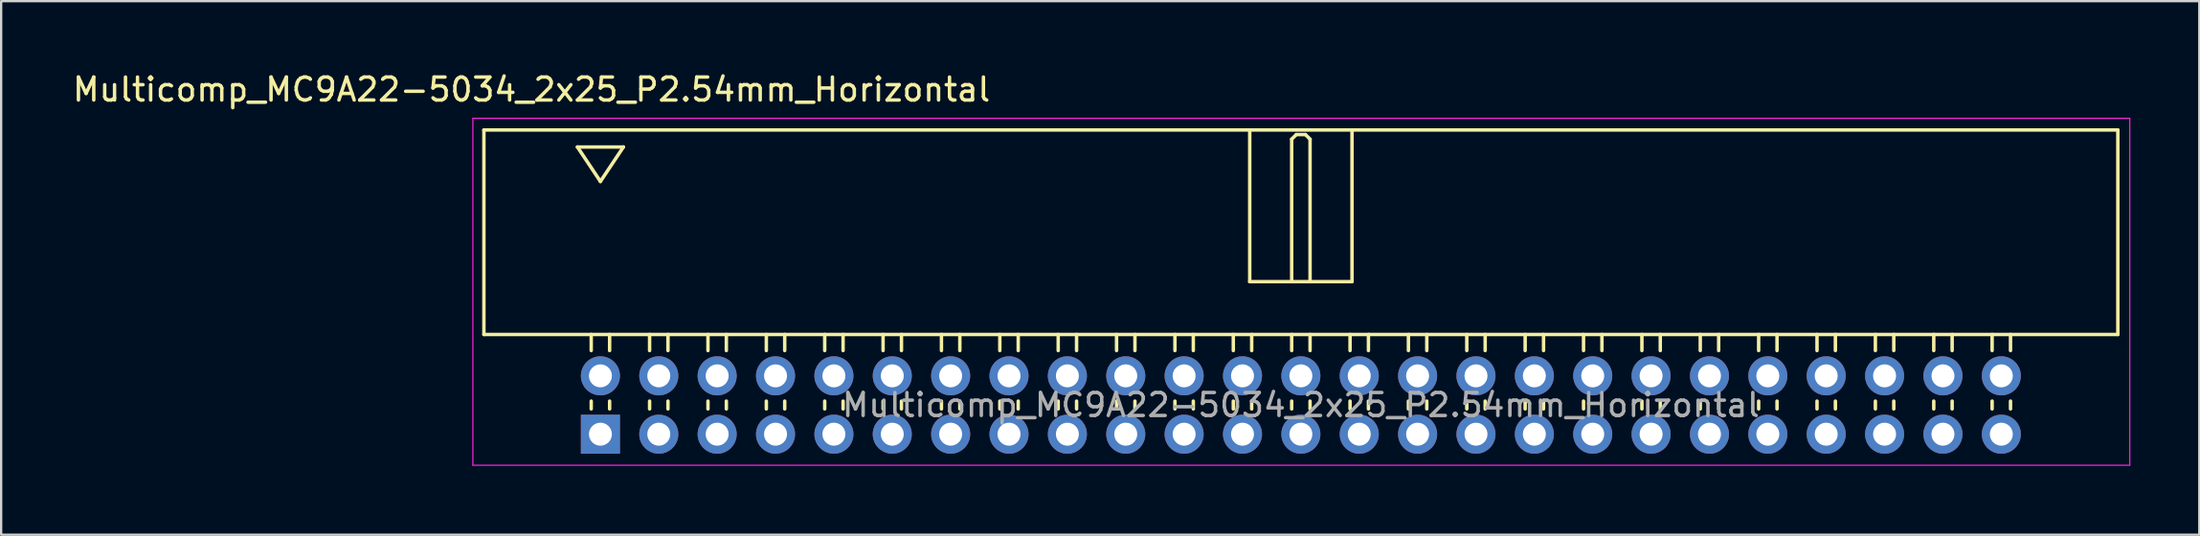
<source format=kicad_pcb>
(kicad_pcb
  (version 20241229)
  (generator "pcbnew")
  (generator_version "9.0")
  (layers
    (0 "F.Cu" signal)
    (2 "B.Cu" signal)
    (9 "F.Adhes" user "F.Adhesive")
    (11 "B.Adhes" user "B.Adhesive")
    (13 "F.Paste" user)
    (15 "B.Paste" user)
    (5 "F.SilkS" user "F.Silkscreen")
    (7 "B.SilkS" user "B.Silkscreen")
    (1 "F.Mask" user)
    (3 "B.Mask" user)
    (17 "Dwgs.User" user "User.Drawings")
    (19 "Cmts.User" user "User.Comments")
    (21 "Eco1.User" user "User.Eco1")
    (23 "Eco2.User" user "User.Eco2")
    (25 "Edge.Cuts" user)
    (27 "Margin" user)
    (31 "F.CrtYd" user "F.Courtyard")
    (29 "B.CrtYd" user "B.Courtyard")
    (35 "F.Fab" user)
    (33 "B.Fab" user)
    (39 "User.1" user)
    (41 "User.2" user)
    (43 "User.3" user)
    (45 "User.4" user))
  (footprint "Multicomp_MC9A22-5034_2x25_P2.54mm_Horizontal"
    (layer "F.Cu")
    (at 23.077 15.848)
    (property "Reference" "Multicomp_MC9A22-5034_2x25_P2.54mm_Horizontal" (at -3 -15 0) (layer "F.SilkS") (effects (font (size 1 1) (thickness 0.15))))
    (attr through_hole)
    (fp_line (start -5.07 -13.24) (end 66.03 -13.24) (stroke (width 0.15) (type solid)) (layer "F.SilkS"))
    (fp_line (start -5.07 -4.34) (end -5.07 -13.24) (stroke (width 0.15) (type solid)) (layer "F.SilkS"))
    (fp_line (start -1 -12.5) (end 1 -12.5) (stroke (width 0.15) (type solid)) (layer "F.SilkS"))
    (fp_line (start -0.4 -3.64) (end -0.4 -4.34) (stroke (width 0.15) (type solid)) (layer "F.SilkS"))
    (fp_line (start -0.4 -1.1) (end -0.4 -1.44) (stroke (width 0.15) (type solid)) (layer "F.SilkS"))
    (fp_line (start 0 -11) (end -1 -12.5) (stroke (width 0.15) (type solid)) (layer "F.SilkS"))
    (fp_line (start 0.4 -3.64) (end 0.4 -4.34) (stroke (width 0.15) (type solid)) (layer "F.SilkS"))
    (fp_line (start 0.4 -1.1) (end 0.4 -1.44) (stroke (width 0.15) (type solid)) (layer "F.SilkS"))
    (fp_line (start 1 -12.5) (end 0 -11) (stroke (width 0.15) (type solid)) (layer "F.SilkS"))
    (fp_line (start 2.14 -3.64) (end 2.14 -4.34) (stroke (width 0.15) (type solid)) (layer "F.SilkS"))
    (fp_line (start 2.14 -1.1) (end 2.14 -1.44) (stroke (width 0.15) (type solid)) (layer "F.SilkS"))
    (fp_line (start 2.94 -3.64) (end 2.94 -4.34) (stroke (width 0.15) (type solid)) (layer "F.SilkS"))
    (fp_line (start 2.94 -1.1) (end 2.94 -1.44) (stroke (width 0.15) (type solid)) (layer "F.SilkS"))
    (fp_line (start 4.68 -3.64) (end 4.68 -4.34) (stroke (width 0.15) (type solid)) (layer "F.SilkS"))
    (fp_line (start 4.68 -1.1) (end 4.68 -1.44) (stroke (width 0.15) (type solid)) (layer "F.SilkS"))
    (fp_line (start 5.48 -3.64) (end 5.48 -4.34) (stroke (width 0.15) (type solid)) (layer "F.SilkS"))
    (fp_line (start 5.48 -1.1) (end 5.48 -1.44) (stroke (width 0.15) (type solid)) (layer "F.SilkS"))
    (fp_line (start 7.22 -3.64) (end 7.22 -4.34) (stroke (width 0.15) (type solid)) (layer "F.SilkS"))
    (fp_line (start 7.22 -1.1) (end 7.22 -1.44) (stroke (width 0.15) (type solid)) (layer "F.SilkS"))
    (fp_line (start 8.02 -3.64) (end 8.02 -4.34) (stroke (width 0.15) (type solid)) (layer "F.SilkS"))
    (fp_line (start 8.02 -1.1) (end 8.02 -1.44) (stroke (width 0.15) (type solid)) (layer "F.SilkS"))
    (fp_line (start 9.76 -3.64) (end 9.76 -4.34) (stroke (width 0.15) (type solid)) (layer "F.SilkS"))
    (fp_line (start 9.76 -1.1) (end 9.76 -1.44) (stroke (width 0.15) (type solid)) (layer "F.SilkS"))
    (fp_line (start 10.56 -3.64) (end 10.56 -4.34) (stroke (width 0.15) (type solid)) (layer "F.SilkS"))
    (fp_line (start 10.56 -1.1) (end 10.56 -1.44) (stroke (width 0.15) (type solid)) (layer "F.SilkS"))
    (fp_line (start 12.3 -3.64) (end 12.3 -4.34) (stroke (width 0.15) (type solid)) (layer "F.SilkS"))
    (fp_line (start 12.3 -1.1) (end 12.3 -1.44) (stroke (width 0.15) (type solid)) (layer "F.SilkS"))
    (fp_line (start 13.1 -3.64) (end 13.1 -4.34) (stroke (width 0.15) (type solid)) (layer "F.SilkS"))
    (fp_line (start 13.1 -1.1) (end 13.1 -1.44) (stroke (width 0.15) (type solid)) (layer "F.SilkS"))
    (fp_line (start 14.84 -3.64) (end 14.84 -4.34) (stroke (width 0.15) (type solid)) (layer "F.SilkS"))
    (fp_line (start 14.84 -1.1) (end 14.84 -1.44) (stroke (width 0.15) (type solid)) (layer "F.SilkS"))
    (fp_line (start 15.64 -3.64) (end 15.64 -4.34) (stroke (width 0.15) (type solid)) (layer "F.SilkS"))
    (fp_line (start 15.64 -1.1) (end 15.64 -1.44) (stroke (width 0.15) (type solid)) (layer "F.SilkS"))
    (fp_line (start 17.38 -3.64) (end 17.38 -4.34) (stroke (width 0.15) (type solid)) (layer "F.SilkS"))
    (fp_line (start 17.38 -1.1) (end 17.38 -1.44) (stroke (width 0.15) (type solid)) (layer "F.SilkS"))
    (fp_line (start 18.18 -3.64) (end 18.18 -4.34) (stroke (width 0.15) (type solid)) (layer "F.SilkS"))
    (fp_line (start 18.18 -1.1) (end 18.18 -1.44) (stroke (width 0.15) (type solid)) (layer "F.SilkS"))
    (fp_line (start 19.92 -3.64) (end 19.92 -4.34) (stroke (width 0.15) (type solid)) (layer "F.SilkS"))
    (fp_line (start 19.92 -1.1) (end 19.92 -1.44) (stroke (width 0.15) (type solid)) (layer "F.SilkS"))
    (fp_line (start 20.72 -3.64) (end 20.72 -4.34) (stroke (width 0.15) (type solid)) (layer "F.SilkS"))
    (fp_line (start 20.72 -1.1) (end 20.72 -1.44) (stroke (width 0.15) (type solid)) (layer "F.SilkS"))
    (fp_line (start 22.46 -3.64) (end 22.46 -4.34) (stroke (width 0.15) (type solid)) (layer "F.SilkS"))
    (fp_line (start 22.46 -1.1) (end 22.46 -1.44) (stroke (width 0.15) (type solid)) (layer "F.SilkS"))
    (fp_line (start 23.26 -3.64) (end 23.26 -4.34) (stroke (width 0.15) (type solid)) (layer "F.SilkS"))
    (fp_line (start 23.26 -1.1) (end 23.26 -1.44) (stroke (width 0.15) (type solid)) (layer "F.SilkS"))
    (fp_line (start 25 -3.64) (end 25 -4.34) (stroke (width 0.15) (type solid)) (layer "F.SilkS"))
    (fp_line (start 25 -1.1) (end 25 -1.44) (stroke (width 0.15) (type solid)) (layer "F.SilkS"))
    (fp_line (start 25.8 -3.64) (end 25.8 -4.34) (stroke (width 0.15) (type solid)) (layer "F.SilkS"))
    (fp_line (start 25.8 -1.1) (end 25.8 -1.44) (stroke (width 0.15) (type solid)) (layer "F.SilkS"))
    (fp_line (start 27.54 -3.64) (end 27.54 -4.34) (stroke (width 0.15) (type solid)) (layer "F.SilkS"))
    (fp_line (start 27.54 -1.1) (end 27.54 -1.44) (stroke (width 0.15) (type solid)) (layer "F.SilkS"))
    (fp_line (start 28.255 -13.24) (end 28.255 -6.64) (stroke (width 0.15) (type solid)) (layer "F.SilkS"))
    (fp_line (start 28.255 -6.64) (end 32.705 -6.64) (stroke (width 0.15) (type solid)) (layer "F.SilkS"))
    (fp_line (start 28.34 -3.64) (end 28.34 -4.34) (stroke (width 0.15) (type solid)) (layer "F.SilkS"))
    (fp_line (start 28.34 -1.1) (end 28.34 -1.44) (stroke (width 0.15) (type solid)) (layer "F.SilkS"))
    (fp_line (start 30.08 -12.84) (end 30.28 -13.04) (stroke (width 0.15) (type solid)) (layer "F.SilkS"))
    (fp_line (start 30.08 -6.64) (end 30.08 -12.84) (stroke (width 0.15) (type solid)) (layer "F.SilkS"))
    (fp_line (start 30.08 -3.64) (end 30.08 -4.34) (stroke (width 0.15) (type solid)) (layer "F.SilkS"))
    (fp_line (start 30.08 -1.1) (end 30.08 -1.44) (stroke (width 0.15) (type solid)) (layer "F.SilkS"))
    (fp_line (start 30.28 -13.04) (end 30.68 -13.04) (stroke (width 0.15) (type solid)) (layer "F.SilkS"))
    (fp_line (start 30.68 -13.04) (end 30.88 -12.84) (stroke (width 0.15) (type solid)) (layer "F.SilkS"))
    (fp_line (start 30.88 -12.84) (end 30.88 -6.64) (stroke (width 0.15) (type solid)) (layer "F.SilkS"))
    (fp_line (start 30.88 -3.64) (end 30.88 -4.34) (stroke (width 0.15) (type solid)) (layer "F.SilkS"))
    (fp_line (start 30.88 -1.1) (end 30.88 -1.44) (stroke (width 0.15) (type solid)) (layer "F.SilkS"))
    (fp_line (start 32.62 -3.64) (end 32.62 -4.34) (stroke (width 0.15) (type solid)) (layer "F.SilkS"))
    (fp_line (start 32.62 -1.1) (end 32.62 -1.44) (stroke (width 0.15) (type solid)) (layer "F.SilkS"))
    (fp_line (start 32.705 -6.64) (end 32.705 -13.24) (stroke (width 0.15) (type solid)) (layer "F.SilkS"))
    (fp_line (start 33.42 -3.64) (end 33.42 -4.34) (stroke (width 0.15) (type solid)) (layer "F.SilkS"))
    (fp_line (start 33.42 -1.1) (end 33.42 -1.44) (stroke (width 0.15) (type solid)) (layer "F.SilkS"))
    (fp_line (start 35.16 -3.64) (end 35.16 -4.34) (stroke (width 0.15) (type solid)) (layer "F.SilkS"))
    (fp_line (start 35.16 -1.1) (end 35.16 -1.44) (stroke (width 0.15) (type solid)) (layer "F.SilkS"))
    (fp_line (start 35.96 -3.64) (end 35.96 -4.34) (stroke (width 0.15) (type solid)) (layer "F.SilkS"))
    (fp_line (start 35.96 -1.1) (end 35.96 -1.44) (stroke (width 0.15) (type solid)) (layer "F.SilkS"))
    (fp_line (start 37.7 -3.64) (end 37.7 -4.34) (stroke (width 0.15) (type solid)) (layer "F.SilkS"))
    (fp_line (start 37.7 -1.1) (end 37.7 -1.44) (stroke (width 0.15) (type solid)) (layer "F.SilkS"))
    (fp_line (start 38.5 -3.64) (end 38.5 -4.34) (stroke (width 0.15) (type solid)) (layer "F.SilkS"))
    (fp_line (start 38.5 -1.1) (end 38.5 -1.44) (stroke (width 0.15) (type solid)) (layer "F.SilkS"))
    (fp_line (start 40.24 -3.64) (end 40.24 -4.34) (stroke (width 0.15) (type solid)) (layer "F.SilkS"))
    (fp_line (start 40.24 -1.1) (end 40.24 -1.44) (stroke (width 0.15) (type solid)) (layer "F.SilkS"))
    (fp_line (start 41.04 -3.64) (end 41.04 -4.34) (stroke (width 0.15) (type solid)) (layer "F.SilkS"))
    (fp_line (start 41.04 -1.1) (end 41.04 -1.44) (stroke (width 0.15) (type solid)) (layer "F.SilkS"))
    (fp_line (start 42.78 -3.64) (end 42.78 -4.34) (stroke (width 0.15) (type solid)) (layer "F.SilkS"))
    (fp_line (start 42.78 -1.1) (end 42.78 -1.44) (stroke (width 0.15) (type solid)) (layer "F.SilkS"))
    (fp_line (start 43.58 -3.64) (end 43.58 -4.34) (stroke (width 0.15) (type solid)) (layer "F.SilkS"))
    (fp_line (start 43.58 -1.1) (end 43.58 -1.44) (stroke (width 0.15) (type solid)) (layer "F.SilkS"))
    (fp_line (start 45.32 -3.64) (end 45.32 -4.34) (stroke (width 0.15) (type solid)) (layer "F.SilkS"))
    (fp_line (start 45.32 -1.1) (end 45.32 -1.44) (stroke (width 0.15) (type solid)) (layer "F.SilkS"))
    (fp_line (start 46.12 -3.64) (end 46.12 -4.34) (stroke (width 0.15) (type solid)) (layer "F.SilkS"))
    (fp_line (start 46.12 -1.1) (end 46.12 -1.44) (stroke (width 0.15) (type solid)) (layer "F.SilkS"))
    (fp_line (start 47.86 -3.64) (end 47.86 -4.34) (stroke (width 0.15) (type solid)) (layer "F.SilkS"))
    (fp_line (start 47.86 -1.1) (end 47.86 -1.44) (stroke (width 0.15) (type solid)) (layer "F.SilkS"))
    (fp_line (start 48.66 -3.64) (end 48.66 -4.34) (stroke (width 0.15) (type solid)) (layer "F.SilkS"))
    (fp_line (start 48.66 -1.1) (end 48.66 -1.44) (stroke (width 0.15) (type solid)) (layer "F.SilkS"))
    (fp_line (start 50.4 -3.64) (end 50.4 -4.34) (stroke (width 0.15) (type solid)) (layer "F.SilkS"))
    (fp_line (start 50.4 -1.1) (end 50.4 -1.44) (stroke (width 0.15) (type solid)) (layer "F.SilkS"))
    (fp_line (start 51.2 -3.64) (end 51.2 -4.34) (stroke (width 0.15) (type solid)) (layer "F.SilkS"))
    (fp_line (start 51.2 -1.1) (end 51.2 -1.44) (stroke (width 0.15) (type solid)) (layer "F.SilkS"))
    (fp_line (start 52.94 -3.64) (end 52.94 -4.34) (stroke (width 0.15) (type solid)) (layer "F.SilkS"))
    (fp_line (start 52.94 -1.1) (end 52.94 -1.44) (stroke (width 0.15) (type solid)) (layer "F.SilkS"))
    (fp_line (start 53.74 -3.64) (end 53.74 -4.34) (stroke (width 0.15) (type solid)) (layer "F.SilkS"))
    (fp_line (start 53.74 -1.1) (end 53.74 -1.44) (stroke (width 0.15) (type solid)) (layer "F.SilkS"))
    (fp_line (start 55.48 -3.64) (end 55.48 -4.34) (stroke (width 0.15) (type solid)) (layer "F.SilkS"))
    (fp_line (start 55.48 -1.1) (end 55.48 -1.44) (stroke (width 0.15) (type solid)) (layer "F.SilkS"))
    (fp_line (start 56.28 -3.64) (end 56.28 -4.34) (stroke (width 0.15) (type solid)) (layer "F.SilkS"))
    (fp_line (start 56.28 -1.1) (end 56.28 -1.44) (stroke (width 0.15) (type solid)) (layer "F.SilkS"))
    (fp_line (start 58.02 -3.64) (end 58.02 -4.34) (stroke (width 0.15) (type solid)) (layer "F.SilkS"))
    (fp_line (start 58.02 -1.1) (end 58.02 -1.44) (stroke (width 0.15) (type solid)) (layer "F.SilkS"))
    (fp_line (start 58.82 -3.64) (end 58.82 -4.34) (stroke (width 0.15) (type solid)) (layer "F.SilkS"))
    (fp_line (start 58.82 -1.1) (end 58.82 -1.44) (stroke (width 0.15) (type solid)) (layer "F.SilkS"))
    (fp_line (start 60.56 -3.64) (end 60.56 -4.34) (stroke (width 0.15) (type solid)) (layer "F.SilkS"))
    (fp_line (start 60.56 -1.1) (end 60.56 -1.44) (stroke (width 0.15) (type solid)) (layer "F.SilkS"))
    (fp_line (start 61.36 -3.64) (end 61.36 -4.34) (stroke (width 0.15) (type solid)) (layer "F.SilkS"))
    (fp_line (start 61.36 -1.1) (end 61.36 -1.44) (stroke (width 0.15) (type solid)) (layer "F.SilkS"))
    (fp_line (start 66.03 -13.24) (end 66.03 -4.34) (stroke (width 0.15) (type solid)) (layer "F.SilkS"))
    (fp_line (start 66.03 -4.34) (end -5.07 -4.34) (stroke (width 0.15) (type solid)) (layer "F.SilkS"))
    (fp_line (start -5.55 -13.75) (end 66.55 -13.75) (stroke (width 0.05) (type solid)) (layer "F.CrtYd"))
    (fp_line (start -5.55 1.35) (end -5.55 -13.75) (stroke (width 0.05) (type solid)) (layer "F.CrtYd"))
    (fp_line (start 66.55 -13.75) (end 66.55 1.35) (stroke (width 0.05) (type solid)) (layer "F.CrtYd"))
    (fp_line (start 66.55 1.35) (end -5.55 1.35) (stroke (width 0.05) (type solid)) (layer "F.CrtYd"))
    (fp_text user "${REFERENCE}" (at 30.48 -1.27 0) (layer "F.Fab") (effects (font (size 1 1) (thickness 0.15))))
    (pad "1" thru_hole rect (at 0 0) (size 1.7 1.7) (drill 1) (layers "*.Cu" "*.Mask"))
    (pad "2" thru_hole circle (at 0 -2.54) (size 1.7 1.7) (drill 1) (layers "*.Cu" "*.Mask"))
    (pad "3" thru_hole circle (at 2.54 0) (size 1.7 1.7) (drill 1) (layers "*.Cu" "*.Mask"))
    (pad "4" thru_hole circle (at 2.54 -2.54) (size 1.7 1.7) (drill 1) (layers "*.Cu" "*.Mask"))
    (pad "5" thru_hole circle (at 5.08 0) (size 1.7 1.7) (drill 1) (layers "*.Cu" "*.Mask"))
    (pad "6" thru_hole circle (at 5.08 -2.54) (size 1.7 1.7) (drill 1) (layers "*.Cu" "*.Mask"))
    (pad "7" thru_hole circle (at 7.62 0) (size 1.7 1.7) (drill 1) (layers "*.Cu" "*.Mask"))
    (pad "8" thru_hole circle (at 7.62 -2.54) (size 1.7 1.7) (drill 1) (layers "*.Cu" "*.Mask"))
    (pad "9" thru_hole circle (at 10.16 0) (size 1.7 1.7) (drill 1) (layers "*.Cu" "*.Mask"))
    (pad "10" thru_hole circle (at 10.16 -2.54) (size 1.7 1.7) (drill 1) (layers "*.Cu" "*.Mask"))
    (pad "11" thru_hole circle (at 12.7 0) (size 1.7 1.7) (drill 1) (layers "*.Cu" "*.Mask"))
    (pad "12" thru_hole circle (at 12.7 -2.54) (size 1.7 1.7) (drill 1) (layers "*.Cu" "*.Mask"))
    (pad "13" thru_hole circle (at 15.24 0) (size 1.7 1.7) (drill 1) (layers "*.Cu" "*.Mask"))
    (pad "14" thru_hole circle (at 15.24 -2.54) (size 1.7 1.7) (drill 1) (layers "*.Cu" "*.Mask"))
    (pad "15" thru_hole circle (at 17.78 0) (size 1.7 1.7) (drill 1) (layers "*.Cu" "*.Mask"))
    (pad "16" thru_hole circle (at 17.78 -2.54) (size 1.7 1.7) (drill 1) (layers "*.Cu" "*.Mask"))
    (pad "17" thru_hole circle (at 20.32 0) (size 1.7 1.7) (drill 1) (layers "*.Cu" "*.Mask"))
    (pad "18" thru_hole circle (at 20.32 -2.54) (size 1.7 1.7) (drill 1) (layers "*.Cu" "*.Mask"))
    (pad "19" thru_hole circle (at 22.86 0) (size 1.7 1.7) (drill 1) (layers "*.Cu" "*.Mask"))
    (pad "20" thru_hole circle (at 22.86 -2.54) (size 1.7 1.7) (drill 1) (layers "*.Cu" "*.Mask"))
    (pad "21" thru_hole circle (at 25.4 0) (size 1.7 1.7) (drill 1) (layers "*.Cu" "*.Mask"))
    (pad "22" thru_hole circle (at 25.4 -2.54) (size 1.7 1.7) (drill 1) (layers "*.Cu" "*.Mask"))
    (pad "23" thru_hole circle (at 27.94 0) (size 1.7 1.7) (drill 1) (layers "*.Cu" "*.Mask"))
    (pad "24" thru_hole circle (at 27.94 -2.54) (size 1.7 1.7) (drill 1) (layers "*.Cu" "*.Mask"))
    (pad "25" thru_hole circle (at 30.48 0) (size 1.7 1.7) (drill 1) (layers "*.Cu" "*.Mask"))
    (pad "26" thru_hole circle (at 30.48 -2.54) (size 1.7 1.7) (drill 1) (layers "*.Cu" "*.Mask"))
    (pad "27" thru_hole circle (at 33.02 0) (size 1.7 1.7) (drill 1) (layers "*.Cu" "*.Mask"))
    (pad "28" thru_hole circle (at 33.02 -2.54) (size 1.7 1.7) (drill 1) (layers "*.Cu" "*.Mask"))
    (pad "29" thru_hole circle (at 35.56 0) (size 1.7 1.7) (drill 1) (layers "*.Cu" "*.Mask"))
    (pad "30" thru_hole circle (at 35.56 -2.54) (size 1.7 1.7) (drill 1) (layers "*.Cu" "*.Mask"))
    (pad "31" thru_hole circle (at 38.1 0) (size 1.7 1.7) (drill 1) (layers "*.Cu" "*.Mask"))
    (pad "32" thru_hole circle (at 38.1 -2.54) (size 1.7 1.7) (drill 1) (layers "*.Cu" "*.Mask"))
    (pad "33" thru_hole circle (at 40.64 0) (size 1.7 1.7) (drill 1) (layers "*.Cu" "*.Mask"))
    (pad "34" thru_hole circle (at 40.64 -2.54) (size 1.7 1.7) (drill 1) (layers "*.Cu" "*.Mask"))
    (pad "35" thru_hole circle (at 43.18 0) (size 1.7 1.7) (drill 1) (layers "*.Cu" "*.Mask"))
    (pad "36" thru_hole circle (at 43.18 -2.54) (size 1.7 1.7) (drill 1) (layers "*.Cu" "*.Mask"))
    (pad "37" thru_hole circle (at 45.72 0) (size 1.7 1.7) (drill 1) (layers "*.Cu" "*.Mask"))
    (pad "38" thru_hole circle (at 45.72 -2.54) (size 1.7 1.7) (drill 1) (layers "*.Cu" "*.Mask"))
    (pad "39" thru_hole circle (at 48.26 0) (size 1.7 1.7) (drill 1) (layers "*.Cu" "*.Mask"))
    (pad "40" thru_hole circle (at 48.26 -2.54) (size 1.7 1.7) (drill 1) (layers "*.Cu" "*.Mask"))
    (pad "41" thru_hole circle (at 50.8 0) (size 1.7 1.7) (drill 1) (layers "*.Cu" "*.Mask"))
    (pad "42" thru_hole circle (at 50.8 -2.54) (size 1.7 1.7) (drill 1) (layers "*.Cu" "*.Mask"))
    (pad "43" thru_hole circle (at 53.34 0) (size 1.7 1.7) (drill 1) (layers "*.Cu" "*.Mask"))
    (pad "44" thru_hole circle (at 53.34 -2.54) (size 1.7 1.7) (drill 1) (layers "*.Cu" "*.Mask"))
    (pad "45" thru_hole circle (at 55.88 0) (size 1.7 1.7) (drill 1) (layers "*.Cu" "*.Mask"))
    (pad "46" thru_hole circle (at 55.88 -2.54) (size 1.7 1.7) (drill 1) (layers "*.Cu" "*.Mask"))
    (pad "47" thru_hole circle (at 58.42 0) (size 1.7 1.7) (drill 1) (layers "*.Cu" "*.Mask"))
    (pad "48" thru_hole circle (at 58.42 -2.54) (size 1.7 1.7) (drill 1) (layers "*.Cu" "*.Mask"))
    (pad "49" thru_hole circle (at 60.96 0) (size 1.7 1.7) (drill 1) (layers "*.Cu" "*.Mask"))
    (pad "50" thru_hole circle (at 60.96 -2.54) (size 1.7 1.7) (drill 1) (layers "*.Cu" "*.Mask")))
  (gr_rect
    (start -3 -3)
    (end 92.652 20.223)
    (stroke (width 0.1) (type default))
    (fill no)
    (layer "Edge.Cuts")))
</source>
